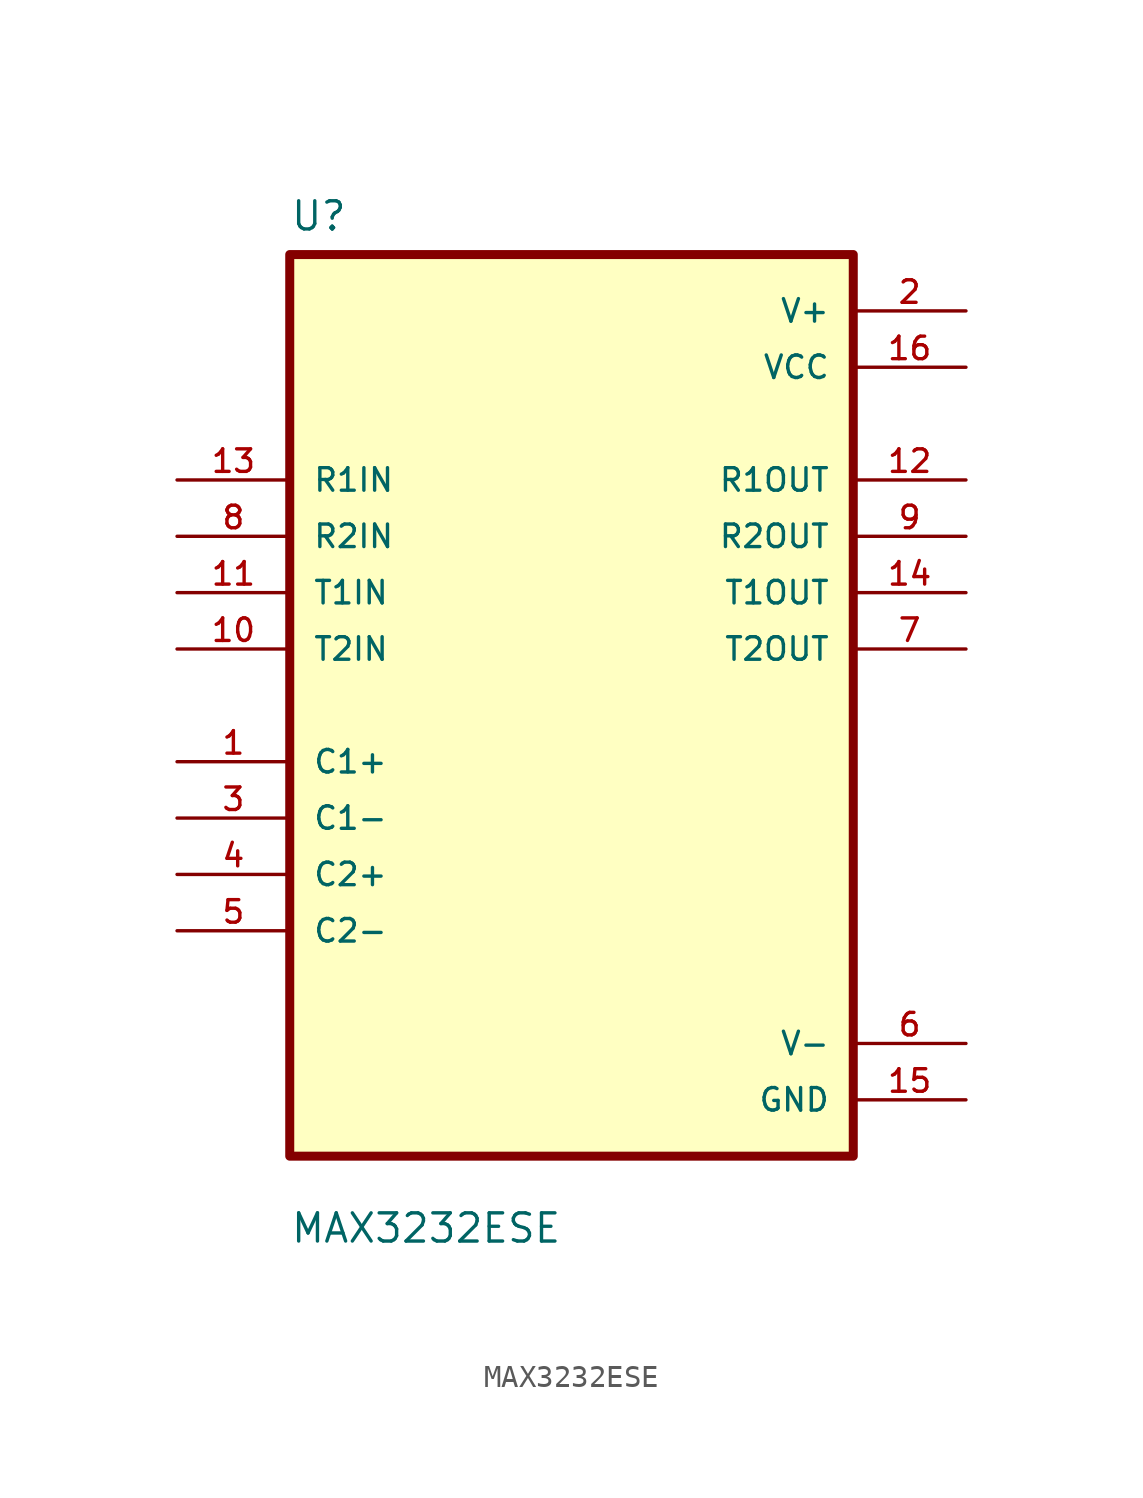
<source format=kicad_sym>
(kicad_symbol_lib
  (version 20211014)
  (generator kicad_symbol_editor)
  (symbol "MAX3232ESE"
    (pin_names
      (offset 1.016))
    (property "Reference" "U"
      (at -12.7 21.311 0)
      (effects (font (size 1.27 1.27)) (justify left bottom)))
    (property "Value" "MAX3232ESE"
      (at -12.7 -24.308 0)
      (effects (font (size 1.27 1.27)) (justify left bottom)))
    (property "ki_locked" ""
      (at 0 0 0)
      (effects (font (size 1.27 1.27))))
    (symbol "MAX3232ESE_0_0"
      (rectangle (start -12.7 -20.32) (end 12.7 20.32) (stroke (width 0.406) (type default) (color 0 0 0 0)) (fill (type background)))
      (pin bidirectional line (at -17.78 -2.54 0) (length 5.08) (name "C1+" (effects (font (size 1.016 1.016)))) (number "1" (effects (font (size 1.016 1.016)))))
      (pin input line (at -17.78 2.54 0) (length 5.08) (name "T2IN" (effects (font (size 1.016 1.016)))) (number "10" (effects (font (size 1.016 1.016)))))
      (pin input line (at -17.78 5.08 0) (length 5.08) (name "T1IN" (effects (font (size 1.016 1.016)))) (number "11" (effects (font (size 1.016 1.016)))))
      (pin output line (at 17.78 10.16 180) (length 5.08) (name "R1OUT" (effects (font (size 1.016 1.016)))) (number "12" (effects (font (size 1.016 1.016)))))
      (pin input line (at -17.78 10.16 0) (length 5.08) (name "R1IN" (effects (font (size 1.016 1.016)))) (number "13" (effects (font (size 1.016 1.016)))))
      (pin output line (at 17.78 5.08 180) (length 5.08) (name "T1OUT" (effects (font (size 1.016 1.016)))) (number "14" (effects (font (size 1.016 1.016)))))
      (pin power_in line (at 17.78 -17.78 180) (length 5.08) (name "GND" (effects (font (size 1.016 1.016)))) (number "15" (effects (font (size 1.016 1.016)))))
      (pin power_in line (at 17.78 15.24 180) (length 5.08) (name "VCC" (effects (font (size 1.016 1.016)))) (number "16" (effects (font (size 1.016 1.016)))))
      (pin power_in line (at 17.78 17.78 180) (length 5.08) (name "V+" (effects (font (size 1.016 1.016)))) (number "2" (effects (font (size 1.016 1.016)))))
      (pin bidirectional line (at -17.78 -5.08 0) (length 5.08) (name "C1-" (effects (font (size 1.016 1.016)))) (number "3" (effects (font (size 1.016 1.016)))))
      (pin bidirectional line (at -17.78 -7.62 0) (length 5.08) (name "C2+" (effects (font (size 1.016 1.016)))) (number "4" (effects (font (size 1.016 1.016)))))
      (pin bidirectional line (at -17.78 -10.16 0) (length 5.08) (name "C2-" (effects (font (size 1.016 1.016)))) (number "5" (effects (font (size 1.016 1.016)))))
      (pin power_in line (at 17.78 -15.24 180) (length 5.08) (name "V-" (effects (font (size 1.016 1.016)))) (number "6" (effects (font (size 1.016 1.016)))))
      (pin output line (at 17.78 2.54 180) (length 5.08) (name "T2OUT" (effects (font (size 1.016 1.016)))) (number "7" (effects (font (size 1.016 1.016)))))
      (pin input line (at -17.78 7.62 0) (length 5.08) (name "R2IN" (effects (font (size 1.016 1.016)))) (number "8" (effects (font (size 1.016 1.016)))))
      (pin output line (at 17.78 7.62 180) (length 5.08) (name "R2OUT" (effects (font (size 1.016 1.016)))) (number "9" (effects (font (size 1.016 1.016))))))))
</source>
